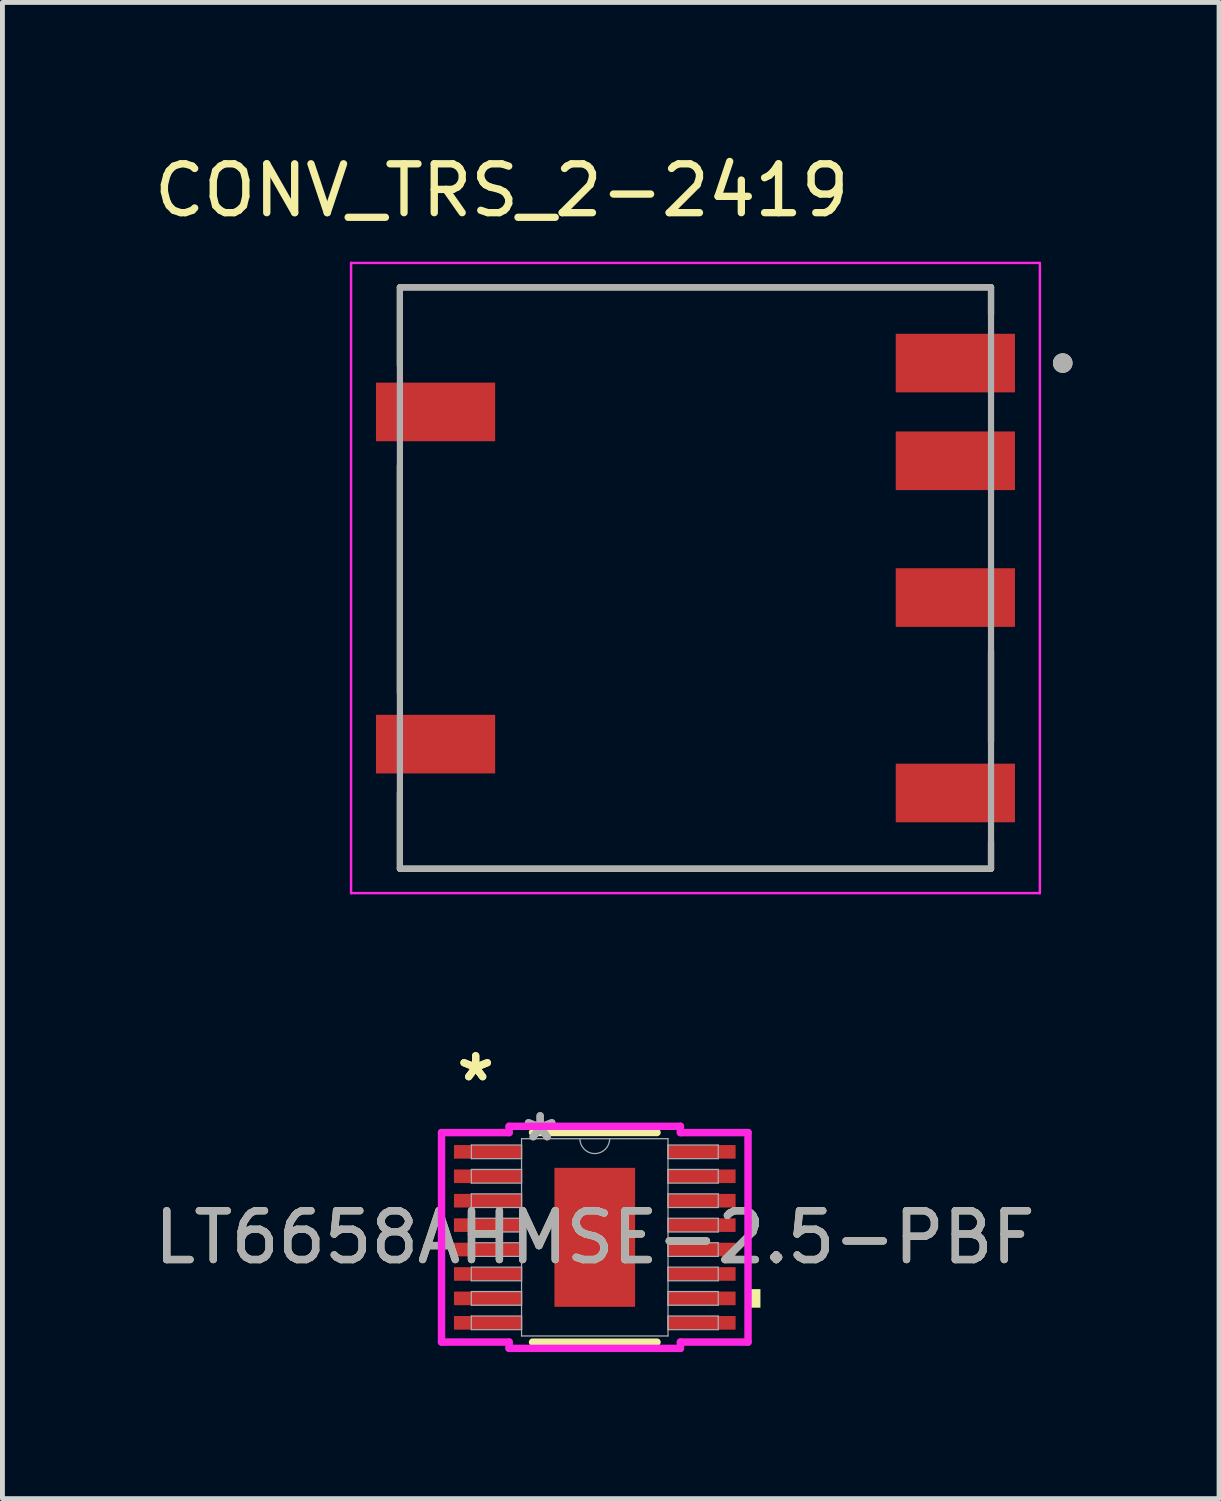
<source format=kicad_pcb>
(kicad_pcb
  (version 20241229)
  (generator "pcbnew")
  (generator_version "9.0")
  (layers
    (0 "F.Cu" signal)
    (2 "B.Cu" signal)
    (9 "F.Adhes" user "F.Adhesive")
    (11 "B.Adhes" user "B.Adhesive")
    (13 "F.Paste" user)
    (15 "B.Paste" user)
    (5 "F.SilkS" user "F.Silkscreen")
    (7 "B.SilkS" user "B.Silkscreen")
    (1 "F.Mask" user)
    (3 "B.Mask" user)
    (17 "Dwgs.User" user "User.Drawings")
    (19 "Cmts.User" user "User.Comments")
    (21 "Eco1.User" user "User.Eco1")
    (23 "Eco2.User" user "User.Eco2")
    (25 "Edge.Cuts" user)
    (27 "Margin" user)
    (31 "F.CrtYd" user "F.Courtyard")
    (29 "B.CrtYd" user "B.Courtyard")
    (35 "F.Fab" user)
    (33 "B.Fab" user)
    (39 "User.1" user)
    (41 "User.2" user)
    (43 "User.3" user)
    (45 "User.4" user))
  (footprint "LT6658AHMSE-2.5-PBF"
    (layer "F.Cu")
    (at 9.125 22.278)
    (property "Reference" "LT6658AHMSE-2.5-PBF" (at 0 0 0) (unlocked yes) (layer "F.SilkS") (effects (font (size 1 1) (thickness 0.15))))
    (attr smd)
    (fp_line (start -1.274 2.146) (end 1.274 2.146) (stroke (width 0.152) (type solid)) (layer "F.SilkS"))
    (fp_line (start 1.274 -2.146) (end -1.274 -2.146) (stroke (width 0.152) (type solid)) (layer "F.SilkS"))
    (fp_poly (pts (xy 3.391 1.06) (xy 3.391 1.44) (xy 3.137 1.44) (xy 3.137 1.06)) (stroke (width 0) (type solid)) (fill yes) (layer "F.SilkS"))
    (fp_poly (pts (xy -0.726 -1.322) (xy -0.726 -0.1) (xy 0.726 -0.1) (xy 0.726 -1.322)) (stroke (width 0) (type solid)) (fill yes) (layer "F.Paste"))
    (fp_poly (pts (xy -0.726 0.1) (xy -0.726 1.322) (xy 0.726 1.322) (xy 0.726 0.1)) (stroke (width 0) (type solid)) (fill yes) (layer "F.Paste"))
    (fp_line (start -3.137 -2.144) (end -1.753 -2.144) (stroke (width 0.152) (type solid)) (layer "F.CrtYd"))
    (fp_line (start -3.137 2.144) (end -3.137 -2.144) (stroke (width 0.152) (type solid)) (layer "F.CrtYd"))
    (fp_line (start -3.137 2.144) (end -1.753 2.144) (stroke (width 0.152) (type solid)) (layer "F.CrtYd"))
    (fp_line (start -1.753 -2.273) (end 1.753 -2.273) (stroke (width 0.152) (type solid)) (layer "F.CrtYd"))
    (fp_line (start -1.753 -2.144) (end -1.753 -2.273) (stroke (width 0.152) (type solid)) (layer "F.CrtYd"))
    (fp_line (start -1.753 2.273) (end -1.753 2.144) (stroke (width 0.152) (type solid)) (layer "F.CrtYd"))
    (fp_line (start 1.753 -2.273) (end 1.753 -2.144) (stroke (width 0.152) (type solid)) (layer "F.CrtYd"))
    (fp_line (start 1.753 2.144) (end 1.753 2.273) (stroke (width 0.152) (type solid)) (layer "F.CrtYd"))
    (fp_line (start 1.753 2.273) (end -1.753 2.273) (stroke (width 0.152) (type solid)) (layer "F.CrtYd"))
    (fp_line (start 3.137 -2.144) (end 1.753 -2.144) (stroke (width 0.152) (type solid)) (layer "F.CrtYd"))
    (fp_line (start 3.137 -2.144) (end 3.137 2.144) (stroke (width 0.152) (type solid)) (layer "F.CrtYd"))
    (fp_line (start 3.137 2.144) (end 1.753 2.144) (stroke (width 0.152) (type solid)) (layer "F.CrtYd"))
    (fp_line (start -2.527 -1.89) (end -2.527 -1.61) (stroke (width 0.025) (type solid)) (layer "F.Fab"))
    (fp_line (start -2.527 -1.61) (end -1.499 -1.61) (stroke (width 0.025) (type solid)) (layer "F.Fab"))
    (fp_line (start -2.527 -1.39) (end -2.527 -1.11) (stroke (width 0.025) (type solid)) (layer "F.Fab"))
    (fp_line (start -2.527 -1.11) (end -1.499 -1.11) (stroke (width 0.025) (type solid)) (layer "F.Fab"))
    (fp_line (start -2.527 -0.89) (end -2.527 -0.61) (stroke (width 0.025) (type solid)) (layer "F.Fab"))
    (fp_line (start -2.527 -0.61) (end -1.499 -0.61) (stroke (width 0.025) (type solid)) (layer "F.Fab"))
    (fp_line (start -2.527 -0.39) (end -2.527 -0.11) (stroke (width 0.025) (type solid)) (layer "F.Fab"))
    (fp_line (start -2.527 -0.11) (end -1.499 -0.11) (stroke (width 0.025) (type solid)) (layer "F.Fab"))
    (fp_line (start -2.527 0.11) (end -2.527 0.39) (stroke (width 0.025) (type solid)) (layer "F.Fab"))
    (fp_line (start -2.527 0.39) (end -1.499 0.39) (stroke (width 0.025) (type solid)) (layer "F.Fab"))
    (fp_line (start -2.527 0.61) (end -2.527 0.89) (stroke (width 0.025) (type solid)) (layer "F.Fab"))
    (fp_line (start -2.527 0.89) (end -1.499 0.89) (stroke (width 0.025) (type solid)) (layer "F.Fab"))
    (fp_line (start -2.527 1.11) (end -2.527 1.39) (stroke (width 0.025) (type solid)) (layer "F.Fab"))
    (fp_line (start -2.527 1.39) (end -1.499 1.39) (stroke (width 0.025) (type solid)) (layer "F.Fab"))
    (fp_line (start -2.527 1.61) (end -2.527 1.89) (stroke (width 0.025) (type solid)) (layer "F.Fab"))
    (fp_line (start -2.527 1.89) (end -1.499 1.89) (stroke (width 0.025) (type solid)) (layer "F.Fab"))
    (fp_line (start -1.499 -2.019) (end -1.499 2.019) (stroke (width 0.025) (type solid)) (layer "F.Fab"))
    (fp_line (start -1.499 -1.89) (end -2.527 -1.89) (stroke (width 0.025) (type solid)) (layer "F.Fab"))
    (fp_line (start -1.499 -1.61) (end -1.499 -1.89) (stroke (width 0.025) (type solid)) (layer "F.Fab"))
    (fp_line (start -1.499 -1.39) (end -2.527 -1.39) (stroke (width 0.025) (type solid)) (layer "F.Fab"))
    (fp_line (start -1.499 -1.11) (end -1.499 -1.39) (stroke (width 0.025) (type solid)) (layer "F.Fab"))
    (fp_line (start -1.499 -0.89) (end -2.527 -0.89) (stroke (width 0.025) (type solid)) (layer "F.Fab"))
    (fp_line (start -1.499 -0.61) (end -1.499 -0.89) (stroke (width 0.025) (type solid)) (layer "F.Fab"))
    (fp_line (start -1.499 -0.39) (end -2.527 -0.39) (stroke (width 0.025) (type solid)) (layer "F.Fab"))
    (fp_line (start -1.499 -0.11) (end -1.499 -0.39) (stroke (width 0.025) (type solid)) (layer "F.Fab"))
    (fp_line (start -1.499 0.11) (end -2.527 0.11) (stroke (width 0.025) (type solid)) (layer "F.Fab"))
    (fp_line (start -1.499 0.39) (end -1.499 0.11) (stroke (width 0.025) (type solid)) (layer "F.Fab"))
    (fp_line (start -1.499 0.61) (end -2.527 0.61) (stroke (width 0.025) (type solid)) (layer "F.Fab"))
    (fp_line (start -1.499 0.89) (end -1.499 0.61) (stroke (width 0.025) (type solid)) (layer "F.Fab"))
    (fp_line (start -1.499 1.11) (end -2.527 1.11) (stroke (width 0.025) (type solid)) (layer "F.Fab"))
    (fp_line (start -1.499 1.39) (end -1.499 1.11) (stroke (width 0.025) (type solid)) (layer "F.Fab"))
    (fp_line (start -1.499 1.61) (end -2.527 1.61) (stroke (width 0.025) (type solid)) (layer "F.Fab"))
    (fp_line (start -1.499 1.89) (end -1.499 1.61) (stroke (width 0.025) (type solid)) (layer "F.Fab"))
    (fp_line (start -1.499 2.019) (end 1.499 2.019) (stroke (width 0.025) (type solid)) (layer "F.Fab"))
    (fp_line (start 1.499 -2.019) (end -1.499 -2.019) (stroke (width 0.025) (type solid)) (layer "F.Fab"))
    (fp_line (start 1.499 -1.89) (end 1.499 -1.61) (stroke (width 0.025) (type solid)) (layer "F.Fab"))
    (fp_line (start 1.499 -1.61) (end 2.527 -1.61) (stroke (width 0.025) (type solid)) (layer "F.Fab"))
    (fp_line (start 1.499 -1.39) (end 1.499 -1.11) (stroke (width 0.025) (type solid)) (layer "F.Fab"))
    (fp_line (start 1.499 -1.11) (end 2.527 -1.11) (stroke (width 0.025) (type solid)) (layer "F.Fab"))
    (fp_line (start 1.499 -0.89) (end 1.499 -0.61) (stroke (width 0.025) (type solid)) (layer "F.Fab"))
    (fp_line (start 1.499 -0.61) (end 2.527 -0.61) (stroke (width 0.025) (type solid)) (layer "F.Fab"))
    (fp_line (start 1.499 -0.39) (end 1.499 -0.11) (stroke (width 0.025) (type solid)) (layer "F.Fab"))
    (fp_line (start 1.499 -0.11) (end 2.527 -0.11) (stroke (width 0.025) (type solid)) (layer "F.Fab"))
    (fp_line (start 1.499 0.11) (end 1.499 0.39) (stroke (width 0.025) (type solid)) (layer "F.Fab"))
    (fp_line (start 1.499 0.39) (end 2.527 0.39) (stroke (width 0.025) (type solid)) (layer "F.Fab"))
    (fp_line (start 1.499 0.61) (end 1.499 0.89) (stroke (width 0.025) (type solid)) (layer "F.Fab"))
    (fp_line (start 1.499 0.89) (end 2.527 0.89) (stroke (width 0.025) (type solid)) (layer "F.Fab"))
    (fp_line (start 1.499 1.11) (end 1.499 1.39) (stroke (width 0.025) (type solid)) (layer "F.Fab"))
    (fp_line (start 1.499 1.39) (end 2.527 1.39) (stroke (width 0.025) (type solid)) (layer "F.Fab"))
    (fp_line (start 1.499 1.61) (end 1.499 1.89) (stroke (width 0.025) (type solid)) (layer "F.Fab"))
    (fp_line (start 1.499 1.89) (end 2.527 1.89) (stroke (width 0.025) (type solid)) (layer "F.Fab"))
    (fp_line (start 1.499 2.019) (end 1.499 -2.019) (stroke (width 0.025) (type solid)) (layer "F.Fab"))
    (fp_line (start 2.527 -1.89) (end 1.499 -1.89) (stroke (width 0.025) (type solid)) (layer "F.Fab"))
    (fp_line (start 2.527 -1.61) (end 2.527 -1.89) (stroke (width 0.025) (type solid)) (layer "F.Fab"))
    (fp_line (start 2.527 -1.39) (end 1.499 -1.39) (stroke (width 0.025) (type solid)) (layer "F.Fab"))
    (fp_line (start 2.527 -1.11) (end 2.527 -1.39) (stroke (width 0.025) (type solid)) (layer "F.Fab"))
    (fp_line (start 2.527 -0.89) (end 1.499 -0.89) (stroke (width 0.025) (type solid)) (layer "F.Fab"))
    (fp_line (start 2.527 -0.61) (end 2.527 -0.89) (stroke (width 0.025) (type solid)) (layer "F.Fab"))
    (fp_line (start 2.527 -0.39) (end 1.499 -0.39) (stroke (width 0.025) (type solid)) (layer "F.Fab"))
    (fp_line (start 2.527 -0.11) (end 2.527 -0.39) (stroke (width 0.025) (type solid)) (layer "F.Fab"))
    (fp_line (start 2.527 0.11) (end 1.499 0.11) (stroke (width 0.025) (type solid)) (layer "F.Fab"))
    (fp_line (start 2.527 0.39) (end 2.527 0.11) (stroke (width 0.025) (type solid)) (layer "F.Fab"))
    (fp_line (start 2.527 0.61) (end 1.499 0.61) (stroke (width 0.025) (type solid)) (layer "F.Fab"))
    (fp_line (start 2.527 0.89) (end 2.527 0.61) (stroke (width 0.025) (type solid)) (layer "F.Fab"))
    (fp_line (start 2.527 1.11) (end 1.499 1.11) (stroke (width 0.025) (type solid)) (layer "F.Fab"))
    (fp_line (start 2.527 1.39) (end 2.527 1.11) (stroke (width 0.025) (type solid)) (layer "F.Fab"))
    (fp_line (start 2.527 1.61) (end 1.499 1.61) (stroke (width 0.025) (type solid)) (layer "F.Fab"))
    (fp_line (start 2.527 1.89) (end 2.527 1.61) (stroke (width 0.025) (type solid)) (layer "F.Fab"))
    (fp_arc (start 0.3048 -2.0193) (mid 0 -1.7145) (end -0.3048 -2.0193) (stroke (width 0.0254) (type solid)) (layer "F.Fab"))
    (fp_text user "*" (at -2.438 -3.172 0) (layer "F.SilkS") (effects (font (size 1 1) (thickness 0.15))))
    (fp_text user "*" (at -2.438 -3.172 0) (unlocked yes) (layer "F.SilkS") (effects (font (size 1 1) (thickness 0.15))))
    (fp_text user "*" (at -1.118 -1.943 0) (layer "F.Fab") (effects (font (size 1 1) (thickness 0.15))))
    (fp_text user "*" (at -1.118 -1.943 0) (unlocked yes) (layer "F.Fab") (effects (font (size 1 1) (thickness 0.15))))
    (fp_text user "${REFERENCE}" (at 0 0 0) (unlocked yes) (layer "F.Fab") (effects (font (size 1 1) (thickness 0.15))))
    (pad "1" smd rect (at -2.184 -1.75) (size 1.397 0.279) (layers "F.Cu" "F.Mask" "F.Paste"))
    (pad "2" smd rect (at -2.184 -1.25) (size 1.397 0.279) (layers "F.Cu" "F.Mask" "F.Paste"))
    (pad "3" smd rect (at -2.184 -0.75) (size 1.397 0.279) (layers "F.Cu" "F.Mask" "F.Paste"))
    (pad "4" smd rect (at -2.184 -0.25) (size 1.397 0.279) (layers "F.Cu" "F.Mask" "F.Paste"))
    (pad "5" smd rect (at -2.184 0.25) (size 1.397 0.279) (layers "F.Cu" "F.Mask" "F.Paste"))
    (pad "6" smd rect (at -2.184 0.75) (size 1.397 0.279) (layers "F.Cu" "F.Mask" "F.Paste"))
    (pad "7" smd rect (at -2.184 1.25) (size 1.397 0.279) (layers "F.Cu" "F.Mask" "F.Paste"))
    (pad "8" smd rect (at -2.184 1.75) (size 1.397 0.279) (layers "F.Cu" "F.Mask" "F.Paste"))
    (pad "9" smd rect (at 2.184 1.75) (size 1.397 0.279) (layers "F.Cu" "F.Mask" "F.Paste"))
    (pad "10" smd rect (at 2.184 1.25) (size 1.397 0.279) (layers "F.Cu" "F.Mask" "F.Paste"))
    (pad "11" smd rect (at 2.184 0.75) (size 1.397 0.279) (layers "F.Cu" "F.Mask" "F.Paste"))
    (pad "12" smd rect (at 2.184 0.25) (size 1.397 0.279) (layers "F.Cu" "F.Mask" "F.Paste"))
    (pad "13" smd rect (at 2.184 -0.25) (size 1.397 0.279) (layers "F.Cu" "F.Mask" "F.Paste"))
    (pad "14" smd rect (at 2.184 -0.75) (size 1.397 0.279) (layers "F.Cu" "F.Mask" "F.Paste"))
    (pad "15" smd rect (at 2.184 -1.25) (size 1.397 0.279) (layers "F.Cu" "F.Mask" "F.Paste"))
    (pad "16" smd rect (at 2.184 -1.75) (size 1.397 0.279) (layers "F.Cu" "F.Mask" "F.Paste"))
    (pad "EPAD" smd rect (at 0 0) (size 1.651 2.845) (layers "F.Cu" "F.Mask")))
  (footprint "CONV_TRS_2-2419"
    (layer "F.Cu")
    (at 11.186 8.782)
    (property "Reference" "CONV_TRS_2-2419" (at -3.966 -7.934 0) (layer "F.SilkS") (effects (font (size 1 1) (thickness 0.15))))
    (attr smd)
    (fp_line (start -6.05 -5.95) (end 6.05 -5.95) (stroke (width 0.127) (type solid)) (layer "F.SilkS"))
    (fp_line (start -6.05 -4.35) (end -6.05 -5.95) (stroke (width 0.127) (type solid)) (layer "F.SilkS"))
    (fp_line (start -6.05 -2.3) (end -6.05 2.35) (stroke (width 0.127) (type solid)) (layer "F.SilkS"))
    (fp_line (start -6.05 4.4) (end -6.05 5.95) (stroke (width 0.127) (type solid)) (layer "F.SilkS"))
    (fp_line (start -6.05 5.95) (end 6.05 5.95) (stroke (width 0.127) (type solid)) (layer "F.SilkS"))
    (fp_line (start 6.05 -5.95) (end 6.05 -5.4) (stroke (width 0.127) (type solid)) (layer "F.SilkS"))
    (fp_line (start 6.05 1.5) (end 6.05 3.35) (stroke (width 0.127) (type solid)) (layer "F.SilkS"))
    (fp_line (start 6.05 5.95) (end 6.05 5.4) (stroke (width 0.127) (type solid)) (layer "F.SilkS"))
    (fp_circle (center 7.518 -4.4) (end 7.618 -4.4) (stroke (width 0.2) (type solid)) (fill no) (layer "F.SilkS"))
    (fp_line (start -7.05 -6.45) (end -7.05 6.45) (stroke (width 0.05) (type solid)) (layer "F.CrtYd"))
    (fp_line (start -7.05 6.45) (end 7.05 6.45) (stroke (width 0.05) (type solid)) (layer "F.CrtYd"))
    (fp_line (start 7.05 -6.45) (end -7.05 -6.45) (stroke (width 0.05) (type solid)) (layer "F.CrtYd"))
    (fp_line (start 7.05 -6.45) (end 7.05 6.45) (stroke (width 0.05) (type solid)) (layer "F.CrtYd"))
    (fp_line (start -6.05 -5.95) (end -6.05 5.95) (stroke (width 0.127) (type solid)) (layer "F.Fab"))
    (fp_line (start -6.05 5.95) (end 6.05 5.95) (stroke (width 0.127) (type solid)) (layer "F.Fab"))
    (fp_line (start 6.05 -5.95) (end -6.05 -5.95) (stroke (width 0.127) (type solid)) (layer "F.Fab"))
    (fp_line (start 6.05 -5.95) (end 6.05 5.95) (stroke (width 0.127) (type solid)) (layer "F.Fab"))
    (fp_circle (center 7.518 -4.4) (end 7.618 -4.4) (stroke (width 0.2) (type solid)) (fill no) (layer "F.Fab"))
    (pad "1" smd rect (at 5.32 -4.4) (size 2.44 1.2) (layers "F.Cu" "F.Mask" "F.Paste"))
    (pad "2" smd rect (at 5.32 -2.4) (size 2.44 1.2) (layers "F.Cu" "F.Mask" "F.Paste"))
    (pad "3" smd rect (at 5.32 0.4) (size 2.44 1.2) (layers "F.Cu" "F.Mask" "F.Paste"))
    (pad "5" smd rect (at 5.32 4.4) (size 2.44 1.2) (layers "F.Cu" "F.Mask" "F.Paste"))
    (pad "6" smd rect (at -5.32 -3.4) (size 2.44 1.2) (layers "F.Cu" "F.Mask" "F.Paste"))
    (pad "7" smd rect (at -5.32 3.4) (size 2.44 1.2) (layers "F.Cu" "F.Mask" "F.Paste")))
  (gr_rect
    (start -3 -3)
    (end 21.904 27.627)
    (stroke (width 0.1) (type default))
    (fill no)
    (layer "Edge.Cuts")))
</source>
